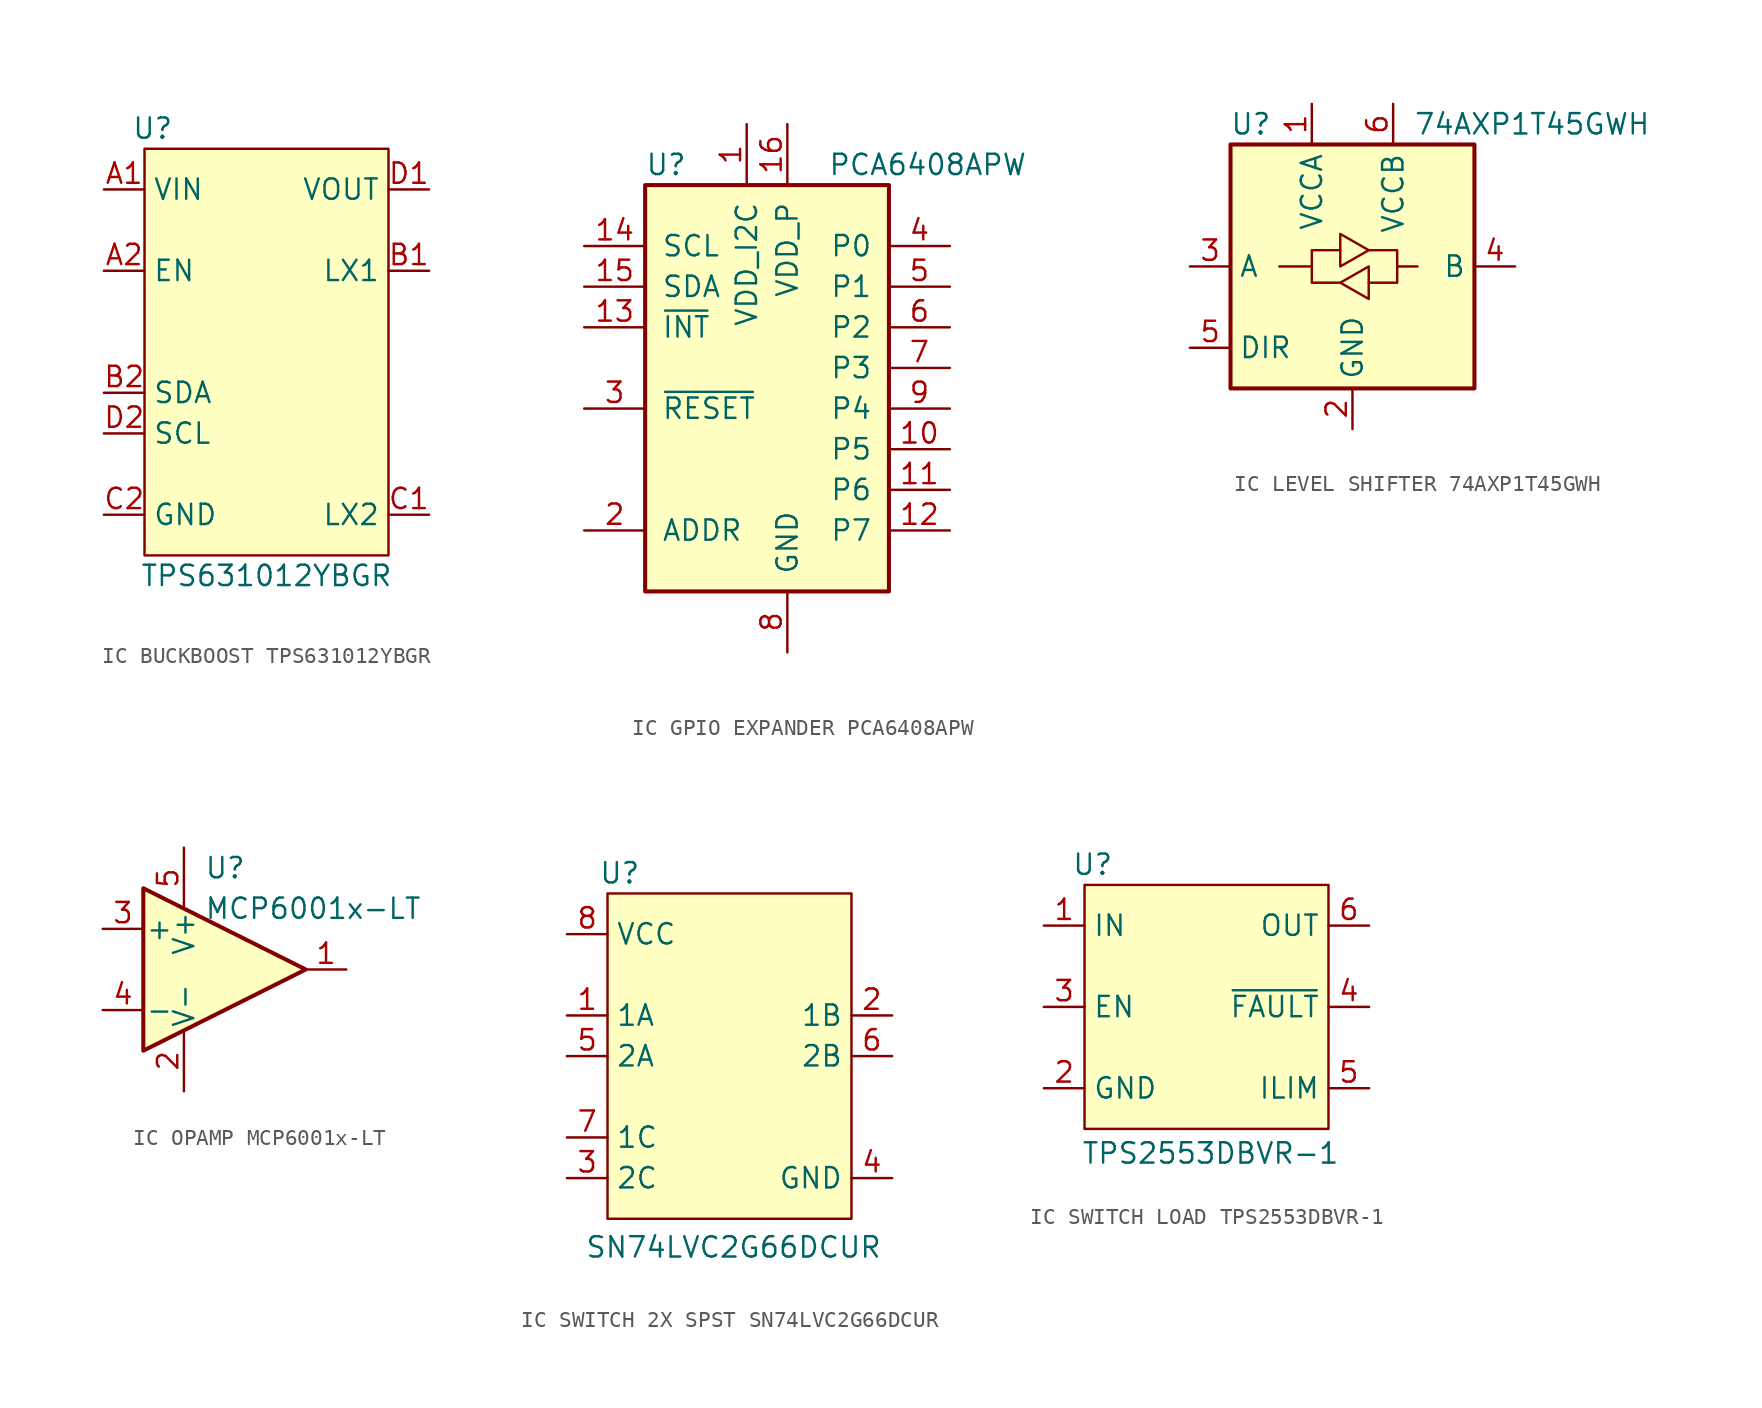
<source format=kicad_sym>
(kicad_symbol_lib
  (version 20241209)
  (generator "kicad_symbol_editor")
  (generator_version "9.0")
  (symbol "IC BUCKBOOST TPS631012YBGR"
    (property "Reference" "U"
      (at -7.112 1.27 0)
      (effects (font (size 1.27 1.27))))
    (property "Value" "TPS631012YBGR"
      (at 0 -26.67 0)
      (effects (font (size 1.27 1.27))))
    (symbol "IC BUCKBOOST TPS631012YBGR_1_1"
      (rectangle (start -7.62 0) (end 7.62 -25.4) (stroke (width 0) (type solid)) (fill (type background)))
      (pin power_in line (at -10.16 -2.54 0) (length 2.54) (name "VIN" (effects (font (size 1.27 1.27)))) (number "A1" (effects (font (size 1.27 1.27)))))
      (pin input line (at -10.16 -7.62 0) (length 2.54) (name "EN" (effects (font (size 1.27 1.27)))) (number "A2" (effects (font (size 1.27 1.27)))))
      (pin open_collector line (at -10.16 -15.24 0) (length 2.54) (name "SDA" (effects (font (size 1.27 1.27)))) (number "B2" (effects (font (size 1.27 1.27)))))
      (pin open_collector line (at -10.16 -17.78 0) (length 2.54) (name "SCL" (effects (font (size 1.27 1.27)))) (number "D2" (effects (font (size 1.27 1.27)))))
      (pin power_in line (at -10.16 -22.86 0) (length 2.54) (name "GND" (effects (font (size 1.27 1.27)))) (number "C2" (effects (font (size 1.27 1.27)))))
      (pin power_out line (at 10.16 -2.54 180) (length 2.54) (name "VOUT" (effects (font (size 1.27 1.27)))) (number "D1" (effects (font (size 1.27 1.27)))))
      (pin power_in line (at 10.16 -7.62 180) (length 2.54) (name "LX1" (effects (font (size 1.27 1.27)))) (number "B1" (effects (font (size 1.27 1.27)))))
      (pin power_in line (at 10.16 -22.86 180) (length 2.54) (name "LX2" (effects (font (size 1.27 1.27)))) (number "C1" (effects (font (size 1.27 1.27)))))))
  (symbol "IC GPIO EXPANDER PCA6408APW"
    (pin_names
      (offset 1.016))
    (property "Reference" "U"
      (at -8.89 12.7 0)
      (effects (font (size 1.27 1.27)) (justify left)))
    (property "Value" "PCA6408APW"
      (at 2.54 12.7 0)
      (effects (font (size 1.27 1.27)) (justify left)))
    (symbol "IC GPIO EXPANDER PCA6408APW_0_1"
      (rectangle (start -8.89 -13.97) (end 6.35 11.43) (stroke (width 0.254) (type default)) (fill (type background))))
    (symbol "IC GPIO EXPANDER PCA6408APW_1_1"
      (pin input line (at -12.7 7.62 0) (length 3.81) (name "SCL" (effects (font (size 1.27 1.27)))) (number "14" (effects (font (size 1.27 1.27)))))
      (pin bidirectional line (at -12.7 5.08 0) (length 3.81) (name "SDA" (effects (font (size 1.27 1.27)))) (number "15" (effects (font (size 1.27 1.27)))))
      (pin open_collector line (at -12.7 2.54 0) (length 3.81) (name "~{INT}" (effects (font (size 1.27 1.27)))) (number "13" (effects (font (size 1.27 1.27)))))
      (pin input line (at -12.7 -2.54 0) (length 3.81) (name "~{RESET}" (effects (font (size 1.27 1.27)))) (number "3" (effects (font (size 1.27 1.27)))))
      (pin input line (at -12.7 -10.16 0) (length 3.81) (name "ADDR" (effects (font (size 1.27 1.27)))) (number "2" (effects (font (size 1.27 1.27)))))
      (pin power_in line (at -2.54 15.24 270) (length 3.81) (name "VDD_I2C" (effects (font (size 1.27 1.27)))) (number "1" (effects (font (size 1.27 1.27)))))
      (pin power_in line (at 0 15.24 270) (length 3.81) (name "VDD_P" (effects (font (size 1.27 1.27)))) (number "16" (effects (font (size 1.27 1.27)))))
      (pin power_in line (at 0 -17.78 90) (length 3.81) (name "GND" (effects (font (size 1.27 1.27)))) (number "8" (effects (font (size 1.27 1.27)))))
      (pin bidirectional line (at 10.16 7.62 180) (length 3.81) (name "P0" (effects (font (size 1.27 1.27)))) (number "4" (effects (font (size 1.27 1.27)))))
      (pin bidirectional line (at 10.16 5.08 180) (length 3.81) (name "P1" (effects (font (size 1.27 1.27)))) (number "5" (effects (font (size 1.27 1.27)))))
      (pin bidirectional line (at 10.16 2.54 180) (length 3.81) (name "P2" (effects (font (size 1.27 1.27)))) (number "6" (effects (font (size 1.27 1.27)))))
      (pin bidirectional line (at 10.16 0 180) (length 3.81) (name "P3" (effects (font (size 1.27 1.27)))) (number "7" (effects (font (size 1.27 1.27)))))
      (pin bidirectional line (at 10.16 -2.54 180) (length 3.81) (name "P4" (effects (font (size 1.27 1.27)))) (number "9" (effects (font (size 1.27 1.27)))))
      (pin bidirectional line (at 10.16 -5.08 180) (length 3.81) (name "P5" (effects (font (size 1.27 1.27)))) (number "10" (effects (font (size 1.27 1.27)))))
      (pin bidirectional line (at 10.16 -7.62 180) (length 3.81) (name "P6" (effects (font (size 1.27 1.27)))) (number "11" (effects (font (size 1.27 1.27)))))
      (pin bidirectional line (at 10.16 -10.16 180) (length 3.81) (name "P7" (effects (font (size 1.27 1.27)))) (number "12" (effects (font (size 1.27 1.27)))))))
  (symbol "IC LEVEL SHIFTER 74AXP1T45GWH"
    (property "Reference" "U"
      (at -6.35 8.89 0)
      (effects (font (size 1.27 1.27))))
    (property "Value" "74AXP1T45GWH"
      (at 3.81 8.89 0)
      (effects (font (size 1.27 1.27)) (justify left)))
    (symbol "IC LEVEL SHIFTER 74AXP1T45GWH_0_1"
      (rectangle (start -7.62 7.62) (end 7.62 -7.62) (stroke (width 0.254) (type default)) (fill (type background)))
      (polyline (pts (xy -2.54 0) (xy -2.54 1.016) (xy -0.762 1.016)) (stroke (width 0) (type default)) (fill (type none)))
      (polyline (pts (xy -0.762 0) (xy -0.762 2.032) (xy 1.016 1.016) (xy -0.762 0)) (stroke (width 0) (type default)) (fill (type none)))
      (polyline (pts (xy -0.762 -1.016) (xy -2.54 -1.016) (xy -2.54 0) (xy -4.572 0)) (stroke (width 0) (type default)) (fill (type none)))
      (polyline (pts (xy 1.016 1.016) (xy 2.794 1.016) (xy 2.794 0) (xy 4.064 0)) (stroke (width 0) (type default)) (fill (type none)))
      (polyline (pts (xy 1.016 0) (xy 1.016 -1.778) (xy 1.016 -2.032) (xy -0.762 -1.016) (xy 1.016 0)) (stroke (width 0) (type default)) (fill (type none)))
      (polyline (pts (xy 2.794 0) (xy 2.794 -1.016) (xy 1.016 -1.016)) (stroke (width 0) (type default)) (fill (type none))))
    (symbol "IC LEVEL SHIFTER 74AXP1T45GWH_1_1"
      (pin bidirectional line (at -10.16 0 0) (length 2.54) (name "A" (effects (font (size 1.27 1.27)))) (number "3" (effects (font (size 1.27 1.27)))))
      (pin input line (at -10.16 -5.08 0) (length 2.54) (name "DIR" (effects (font (size 1.27 1.27)))) (number "5" (effects (font (size 1.27 1.27)))))
      (pin power_in line (at -2.54 10.16 270) (length 2.54) (name "VCCA" (effects (font (size 1.27 1.27)))) (number "1" (effects (font (size 1.27 1.27)))))
      (pin power_in line (at 0 -10.16 90) (length 2.54) (name "GND" (effects (font (size 1.27 1.27)))) (number "2" (effects (font (size 1.27 1.27)))))
      (pin power_in line (at 2.54 10.16 270) (length 2.54) (name "VCCB" (effects (font (size 1.27 1.27)))) (number "6" (effects (font (size 1.27 1.27)))))
      (pin bidirectional line (at 10.16 0 180) (length 2.54) (name "B" (effects (font (size 1.27 1.27)))) (number "4" (effects (font (size 1.27 1.27)))))))
  (symbol "IC OPAMP MCP6001x-LT"
    (pin_names
      (offset 0.127))
    (property "Reference" "U"
      (at -1.27 6.35 0)
      (effects (font (size 1.27 1.27)) (justify left)))
    (property "Value" "MCP6001x-LT"
      (at -1.27 3.81 0)
      (effects (font (size 1.27 1.27)) (justify left)))
    (symbol "IC OPAMP MCP6001x-LT_0_1"
      (polyline (pts (xy -5.08 5.08) (xy 5.08 0) (xy -5.08 -5.08) (xy -5.08 5.08)) (stroke (width 0.254) (type default)) (fill (type background)))
      (pin power_in line (at -2.54 7.62 270) (length 3.81) (name "V+" (effects (font (size 1.27 1.27)))) (number "5" (effects (font (size 1.27 1.27)))))
      (pin power_in line (at -2.54 -7.62 90) (length 3.81) (name "V-" (effects (font (size 1.27 1.27)))) (number "2" (effects (font (size 1.27 1.27))))))
    (symbol "IC OPAMP MCP6001x-LT_1_1"
      (pin input line (at -7.62 2.54 0) (length 2.54) (name "+" (effects (font (size 1.27 1.27)))) (number "3" (effects (font (size 1.27 1.27)))))
      (pin input line (at -7.62 -2.54 0) (length 2.54) (name "-" (effects (font (size 1.27 1.27)))) (number "4" (effects (font (size 1.27 1.27)))))
      (pin output line (at 7.62 0 180) (length 2.54) (name "~" (effects (font (size 1.27 1.27)))) (number "1" (effects (font (size 1.27 1.27)))))))
  (symbol "IC SWITCH 2X SPST SN74LVC2G66DCUR"
    (property "Reference" "U"
      (at -6.858 1.27 0)
      (effects (font (size 1.27 1.27))))
    (property "Value" "SN74LVC2G66DCUR"
      (at 0.254 -22.098 0)
      (effects (font (size 1.27 1.27))))
    (symbol "IC SWITCH 2X SPST SN74LVC2G66DCUR_1_1"
      (rectangle (start -7.62 0) (end 7.62 -20.32) (stroke (width 0) (type solid)) (fill (type background)))
      (pin power_in line (at -10.16 -2.54 0) (length 2.54) (name "VCC" (effects (font (size 1.27 1.27)))) (number "8" (effects (font (size 1.27 1.27)))))
      (pin passive line (at -10.16 -7.62 0) (length 2.54) (name "1A" (effects (font (size 1.27 1.27)))) (number "1" (effects (font (size 1.27 1.27)))))
      (pin passive line (at -10.16 -10.16 0) (length 2.54) (name "2A" (effects (font (size 1.27 1.27)))) (number "5" (effects (font (size 1.27 1.27)))))
      (pin input line (at -10.16 -15.24 0) (length 2.54) (name "1C" (effects (font (size 1.27 1.27)))) (number "7" (effects (font (size 1.27 1.27)))))
      (pin input line (at -10.16 -17.78 0) (length 2.54) (name "2C" (effects (font (size 1.27 1.27)))) (number "3" (effects (font (size 1.27 1.27)))))
      (pin passive line (at 10.16 -7.62 180) (length 2.54) (name "1B" (effects (font (size 1.27 1.27)))) (number "2" (effects (font (size 1.27 1.27)))))
      (pin passive line (at 10.16 -10.16 180) (length 2.54) (name "2B" (effects (font (size 1.27 1.27)))) (number "6" (effects (font (size 1.27 1.27)))))
      (pin power_in line (at 10.16 -17.78 180) (length 2.54) (name "GND" (effects (font (size 1.27 1.27)))) (number "4" (effects (font (size 1.27 1.27)))))))
  (symbol "IC SWITCH LOAD TPS2553DBVR-1"
    (property "Reference" "U"
      (at -7.112 1.27 0)
      (effects (font (size 1.27 1.27))))
    (property "Value" "TPS2553DBVR-1"
      (at 0.254 -16.764 0)
      (effects (font (size 1.27 1.27))))
    (symbol "IC SWITCH LOAD TPS2553DBVR-1_1_1"
      (rectangle (start -7.62 0) (end 7.62 -15.24) (stroke (width 0) (type solid)) (fill (type background)))
      (pin power_in line (at -10.16 -2.54 0) (length 2.54) (name "IN" (effects (font (size 1.27 1.27)))) (number "1" (effects (font (size 1.27 1.27)))))
      (pin input line (at -10.16 -7.62 0) (length 2.54) (name "EN" (effects (font (size 1.27 1.27)))) (number "3" (effects (font (size 1.27 1.27)))))
      (pin power_in line (at -10.16 -12.7 0) (length 2.54) (name "GND" (effects (font (size 1.27 1.27)))) (number "2" (effects (font (size 1.27 1.27)))))
      (pin power_out line (at 10.16 -2.54 180) (length 2.54) (name "OUT" (effects (font (size 1.27 1.27)))) (number "6" (effects (font (size 1.27 1.27)))))
      (pin open_collector line (at 10.16 -7.62 180) (length 2.54) (name "~{FAULT}" (effects (font (size 1.27 1.27)))) (number "4" (effects (font (size 1.27 1.27)))))
      (pin output line (at 10.16 -12.7 180) (length 2.54) (name "ILIM" (effects (font (size 1.27 1.27)))) (number "5" (effects (font (size 1.27 1.27))))))))
</source>
